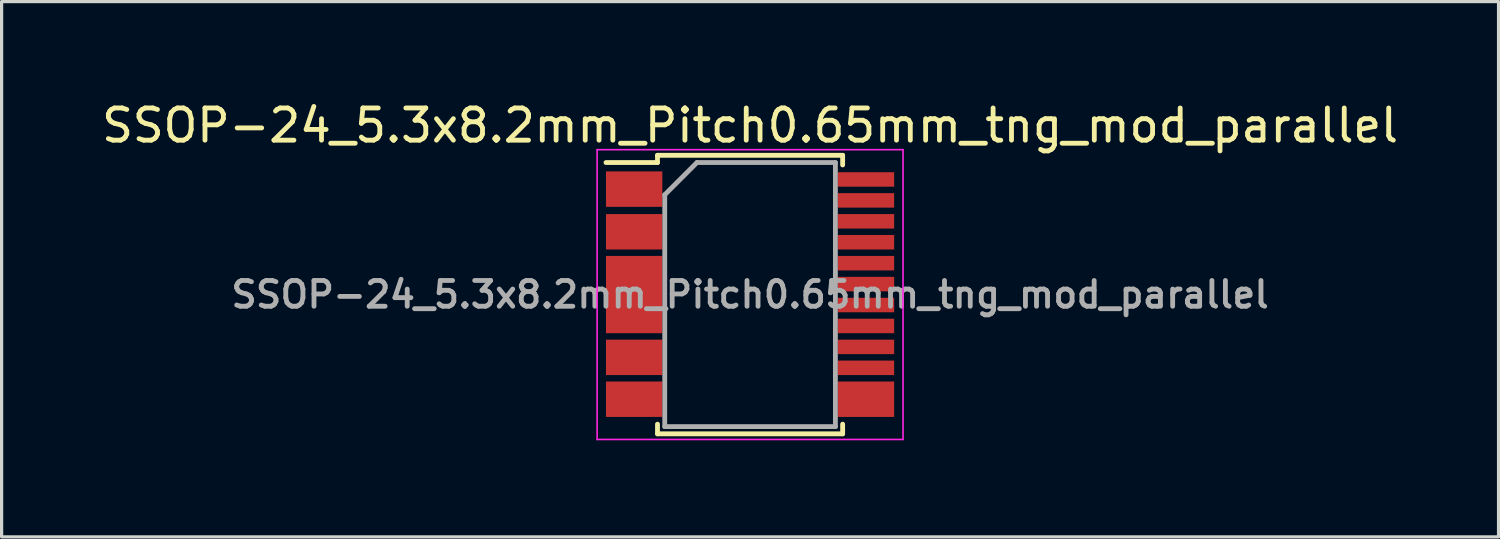
<source format=kicad_pcb>
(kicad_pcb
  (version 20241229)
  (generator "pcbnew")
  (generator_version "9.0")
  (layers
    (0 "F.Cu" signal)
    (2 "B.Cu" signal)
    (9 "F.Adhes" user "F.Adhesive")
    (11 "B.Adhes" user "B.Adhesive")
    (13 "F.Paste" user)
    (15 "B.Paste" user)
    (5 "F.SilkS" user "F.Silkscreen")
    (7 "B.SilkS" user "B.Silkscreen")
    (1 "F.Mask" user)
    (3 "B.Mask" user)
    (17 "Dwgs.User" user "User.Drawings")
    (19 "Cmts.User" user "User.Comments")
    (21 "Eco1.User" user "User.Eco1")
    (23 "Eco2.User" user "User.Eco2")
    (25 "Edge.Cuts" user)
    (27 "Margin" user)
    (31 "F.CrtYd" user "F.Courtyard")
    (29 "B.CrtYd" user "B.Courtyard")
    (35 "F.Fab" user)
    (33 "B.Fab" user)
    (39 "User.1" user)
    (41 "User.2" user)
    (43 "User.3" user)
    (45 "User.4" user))
  (footprint "SSOP-24_5.3x8.2mm_Pitch0.65mm_tng_mod_parallel"
    (layer "F.Cu")
    (at 20.244 6.098)
    (property "Reference" "SSOP-24_5.3x8.2mm_Pitch0.65mm_tng_mod_parallel" (at 0 -5.25 0) (layer "F.SilkS") (effects (font (size 1 1) (thickness 0.15))))
    (attr smd)
    (fp_line (start -2.875 -4.325) (end -2.875 -4.1) (stroke (width 0.15) (type solid)) (layer "F.SilkS"))
    (fp_line (start -2.875 -4.325) (end 2.875 -4.325) (stroke (width 0.15) (type solid)) (layer "F.SilkS"))
    (fp_line (start -2.875 -4.1) (end -4.475 -4.1) (stroke (width 0.15) (type solid)) (layer "F.SilkS"))
    (fp_line (start -2.875 4.325) (end -2.875 4.025) (stroke (width 0.15) (type solid)) (layer "F.SilkS"))
    (fp_line (start -2.875 4.325) (end 2.875 4.325) (stroke (width 0.15) (type solid)) (layer "F.SilkS"))
    (fp_line (start 2.875 -4.325) (end 2.875 -4.025) (stroke (width 0.15) (type solid)) (layer "F.SilkS"))
    (fp_line (start 2.875 4.325) (end 2.875 4.025) (stroke (width 0.15) (type solid)) (layer "F.SilkS"))
    (fp_line (start -4.75 -4.5) (end -4.75 4.5) (stroke (width 0.05) (type solid)) (layer "F.CrtYd"))
    (fp_line (start -4.75 -4.5) (end 4.75 -4.5) (stroke (width 0.05) (type solid)) (layer "F.CrtYd"))
    (fp_line (start -4.75 4.5) (end 4.75 4.5) (stroke (width 0.05) (type solid)) (layer "F.CrtYd"))
    (fp_line (start 4.75 -4.5) (end 4.75 4.5) (stroke (width 0.05) (type solid)) (layer "F.CrtYd"))
    (fp_line (start -2.65 -3.1) (end -1.65 -4.1) (stroke (width 0.15) (type solid)) (layer "F.Fab"))
    (fp_line (start -2.65 4.1) (end -2.65 -3.1) (stroke (width 0.15) (type solid)) (layer "F.Fab"))
    (fp_line (start -1.65 -4.1) (end 2.65 -4.1) (stroke (width 0.15) (type solid)) (layer "F.Fab"))
    (fp_line (start 2.65 -4.1) (end 2.65 4.1) (stroke (width 0.15) (type solid)) (layer "F.Fab"))
    (fp_line (start 2.65 4.1) (end -2.65 4.1) (stroke (width 0.15) (type solid)) (layer "F.Fab"))
    (fp_text user "${REFERENCE}" (at 0 0 0) (layer "F.Fab") (effects (font (size 0.8 0.8) (thickness 0.15))))
    (pad "1" smd rect (at -3.6 -3.275) (size 1.75 1.1) (layers "F.Cu" "F.Mask" "F.Paste"))
    (pad "3" smd rect (at -3.6 -1.95) (size 1.75 1.1) (layers "F.Cu" "F.Mask" "F.Paste"))
    (pad "5" smd rect (at -3.6 0) (size 1.75 2.4) (layers "F.Cu" "F.Mask" "F.Paste"))
    (pad "9" smd rect (at -3.6 1.95) (size 1.75 1.1) (layers "F.Cu" "F.Mask" "F.Paste"))
    (pad "11" smd rect (at -3.6 3.25) (size 1.75 1.1) (layers "F.Cu" "F.Mask" "F.Paste"))
    (pad "14" smd rect (at 3.6 3.25) (size 1.75 1.1) (layers "F.Cu" "F.Mask" "F.Paste"))
    (pad "15" smd rect (at 3.6 2.275) (size 1.75 0.45) (layers "F.Cu" "F.Mask" "F.Paste"))
    (pad "16" smd rect (at 3.6 1.625) (size 1.75 0.45) (layers "F.Cu" "F.Mask" "F.Paste"))
    (pad "17" smd rect (at 3.6 0.975) (size 1.75 0.45) (layers "F.Cu" "F.Mask" "F.Paste"))
    (pad "18" smd rect (at 3.6 0.325) (size 1.75 0.45) (layers "F.Cu" "F.Mask" "F.Paste"))
    (pad "19" smd rect (at 3.6 -0.325) (size 1.75 0.45) (layers "F.Cu" "F.Mask" "F.Paste"))
    (pad "20" smd rect (at 3.6 -0.975) (size 1.75 0.45) (layers "F.Cu" "F.Mask" "F.Paste"))
    (pad "21" smd rect (at 3.6 -1.625) (size 1.75 0.45) (layers "F.Cu" "F.Mask" "F.Paste"))
    (pad "22" smd rect (at 3.6 -2.275) (size 1.75 0.45) (layers "F.Cu" "F.Mask" "F.Paste"))
    (pad "23" smd rect (at 3.6 -2.925) (size 1.75 0.45) (layers "F.Cu" "F.Mask" "F.Paste"))
    (pad "24" smd rect (at 3.6 -3.575) (size 1.75 0.45) (layers "F.Cu" "F.Mask" "F.Paste")))
  (gr_rect
    (start -3 -3)
    (end 43.488 13.623)
    (stroke (width 0.1) (type default))
    (fill no)
    (layer "Edge.Cuts")))
</source>
